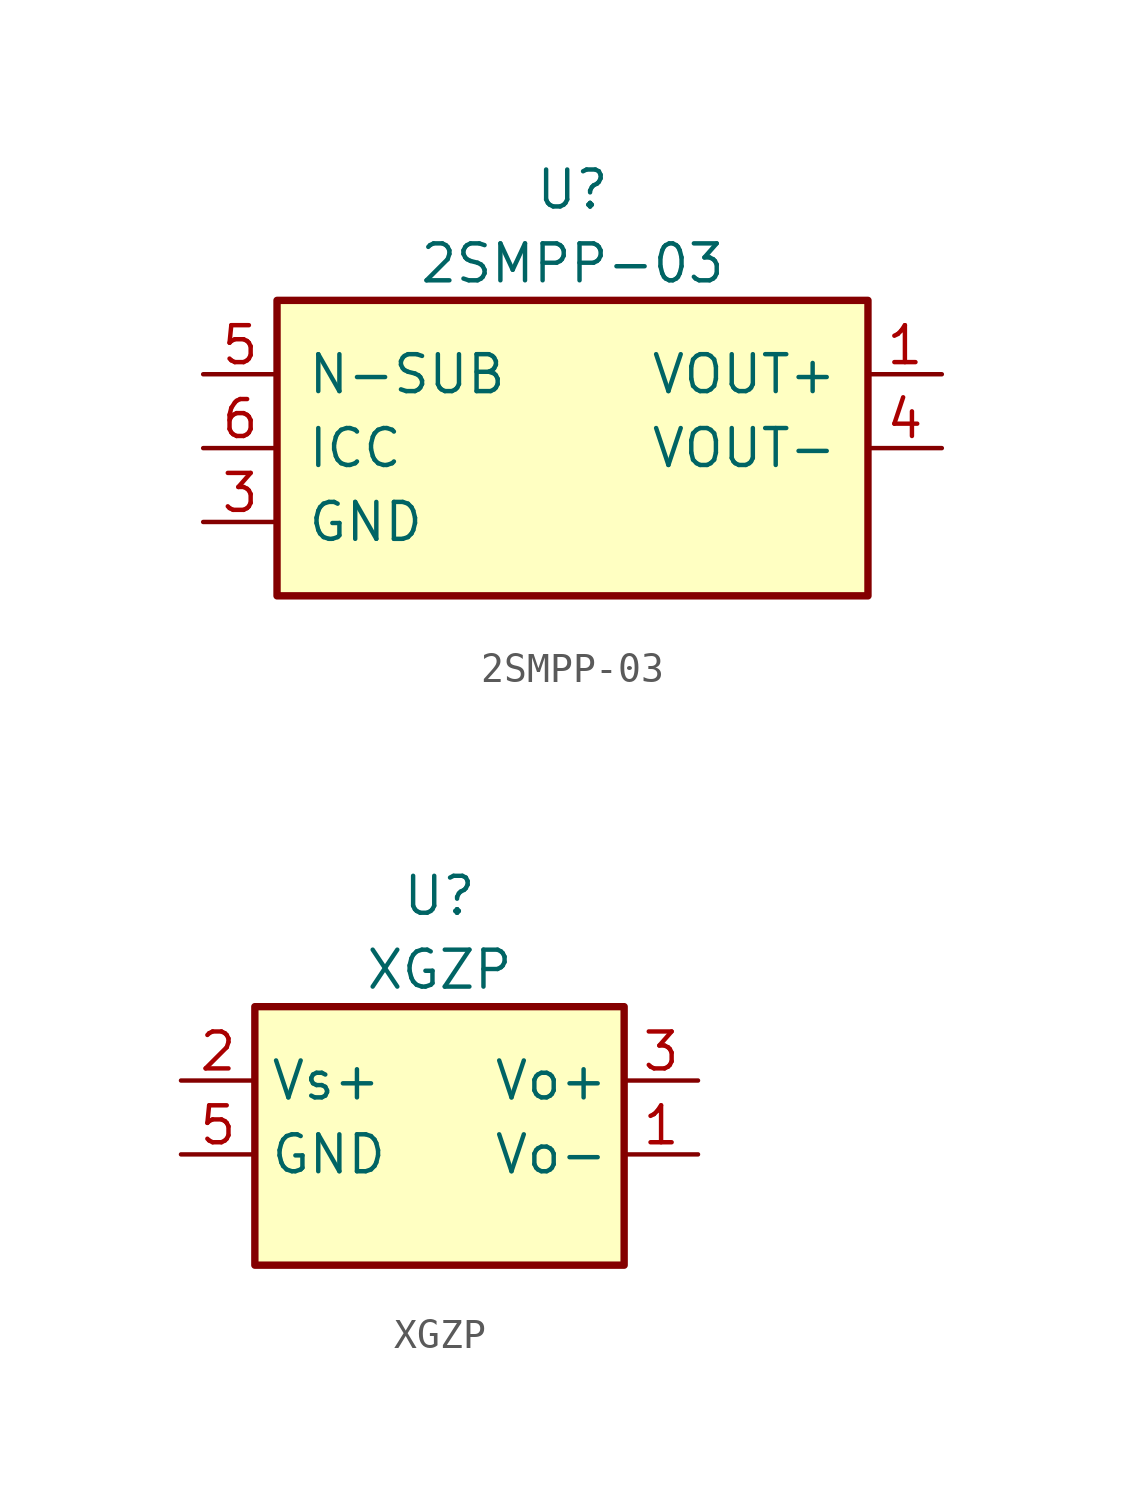
<source format=kicad_sym>
(kicad_symbol_lib
  (version 20220914)
  (generator kicad_symbol_editor)
  (symbol "2SMPP-03"
    (pin_names
      (offset 1.016))
    (property "Reference" "U"
      (at 0 8.89 0)
      (effects (font (size 1.27 1.27))))
    (property "Value" "2SMPP-03"
      (at 0 6.35 0)
      (effects (font (size 1.27 1.27))))
    (symbol "2SMPP-03_0_1"
      (rectangle (start -10.16 5.08) (end 10.16 -5.08) (stroke (width 0.254) (type default)) (fill (type background))))
    (symbol "2SMPP-03_1_1"
      (pin output line (at 12.7 2.54 180) (length 2.54) (name "VOUT+" (effects (font (size 1.27 1.27)))) (number "1" (effects (font (size 1.27 1.27)))))
      (pin no_connect line (at -10.16 -2.54 0) (length 2.54) hide (name "NC" (effects (font (size 1.27 1.27)))) (number "2" (effects (font (size 1.27 1.27)))))
      (pin passive line (at -12.7 -2.54 0) (length 2.54) (name "GND" (effects (font (size 1.27 1.27)))) (number "3" (effects (font (size 1.27 1.27)))))
      (pin output line (at 12.7 0 180) (length 2.54) (name "VOUT-" (effects (font (size 1.27 1.27)))) (number "4" (effects (font (size 1.27 1.27)))))
      (pin passive line (at -12.7 2.54 0) (length 2.54) (name "N-SUB" (effects (font (size 1.27 1.27)))) (number "5" (effects (font (size 1.27 1.27)))))
      (pin passive line (at -12.7 0 0) (length 2.54) (name "ICC" (effects (font (size 1.27 1.27)))) (number "6" (effects (font (size 1.27 1.27)))))))
  (symbol "XGZP"
    (property "Reference" "U"
      (at 0 8.89 0)
      (effects (font (size 1.27 1.27))))
    (property "Value" "XGZP"
      (at 0 6.35 0)
      (effects (font (size 1.27 1.27))))
    (symbol "XGZP_0_1"
      (rectangle (start -6.35 5.08) (end 6.35 -3.81) (stroke (width 0.254) (type default)) (fill (type background))))
    (symbol "XGZP_1_1"
      (pin passive line (at 8.89 0 180) (length 2.54) (name "Vo-" (effects (font (size 1.27 1.27)))) (number "1" (effects (font (size 1.27 1.27)))))
      (pin input line (at -8.89 2.54 0) (length 2.54) (name "Vs+" (effects (font (size 1.27 1.27)))) (number "2" (effects (font (size 1.27 1.27)))))
      (pin passive line (at 8.89 2.54 180) (length 2.54) (name "Vo+" (effects (font (size 1.27 1.27)))) (number "3" (effects (font (size 1.27 1.27)))))
      (pin input line (at -8.89 0 0) (length 2.54) (name "GND" (effects (font (size 1.27 1.27)))) (number "5" (effects (font (size 1.27 1.27)))))
      (pin passive line (at 8.89 0 180) (length 2.54) hide (name "Vo-" (effects (font (size 1.27 1.27)))) (number "6" (effects (font (size 1.27 1.27))))))))
</source>
